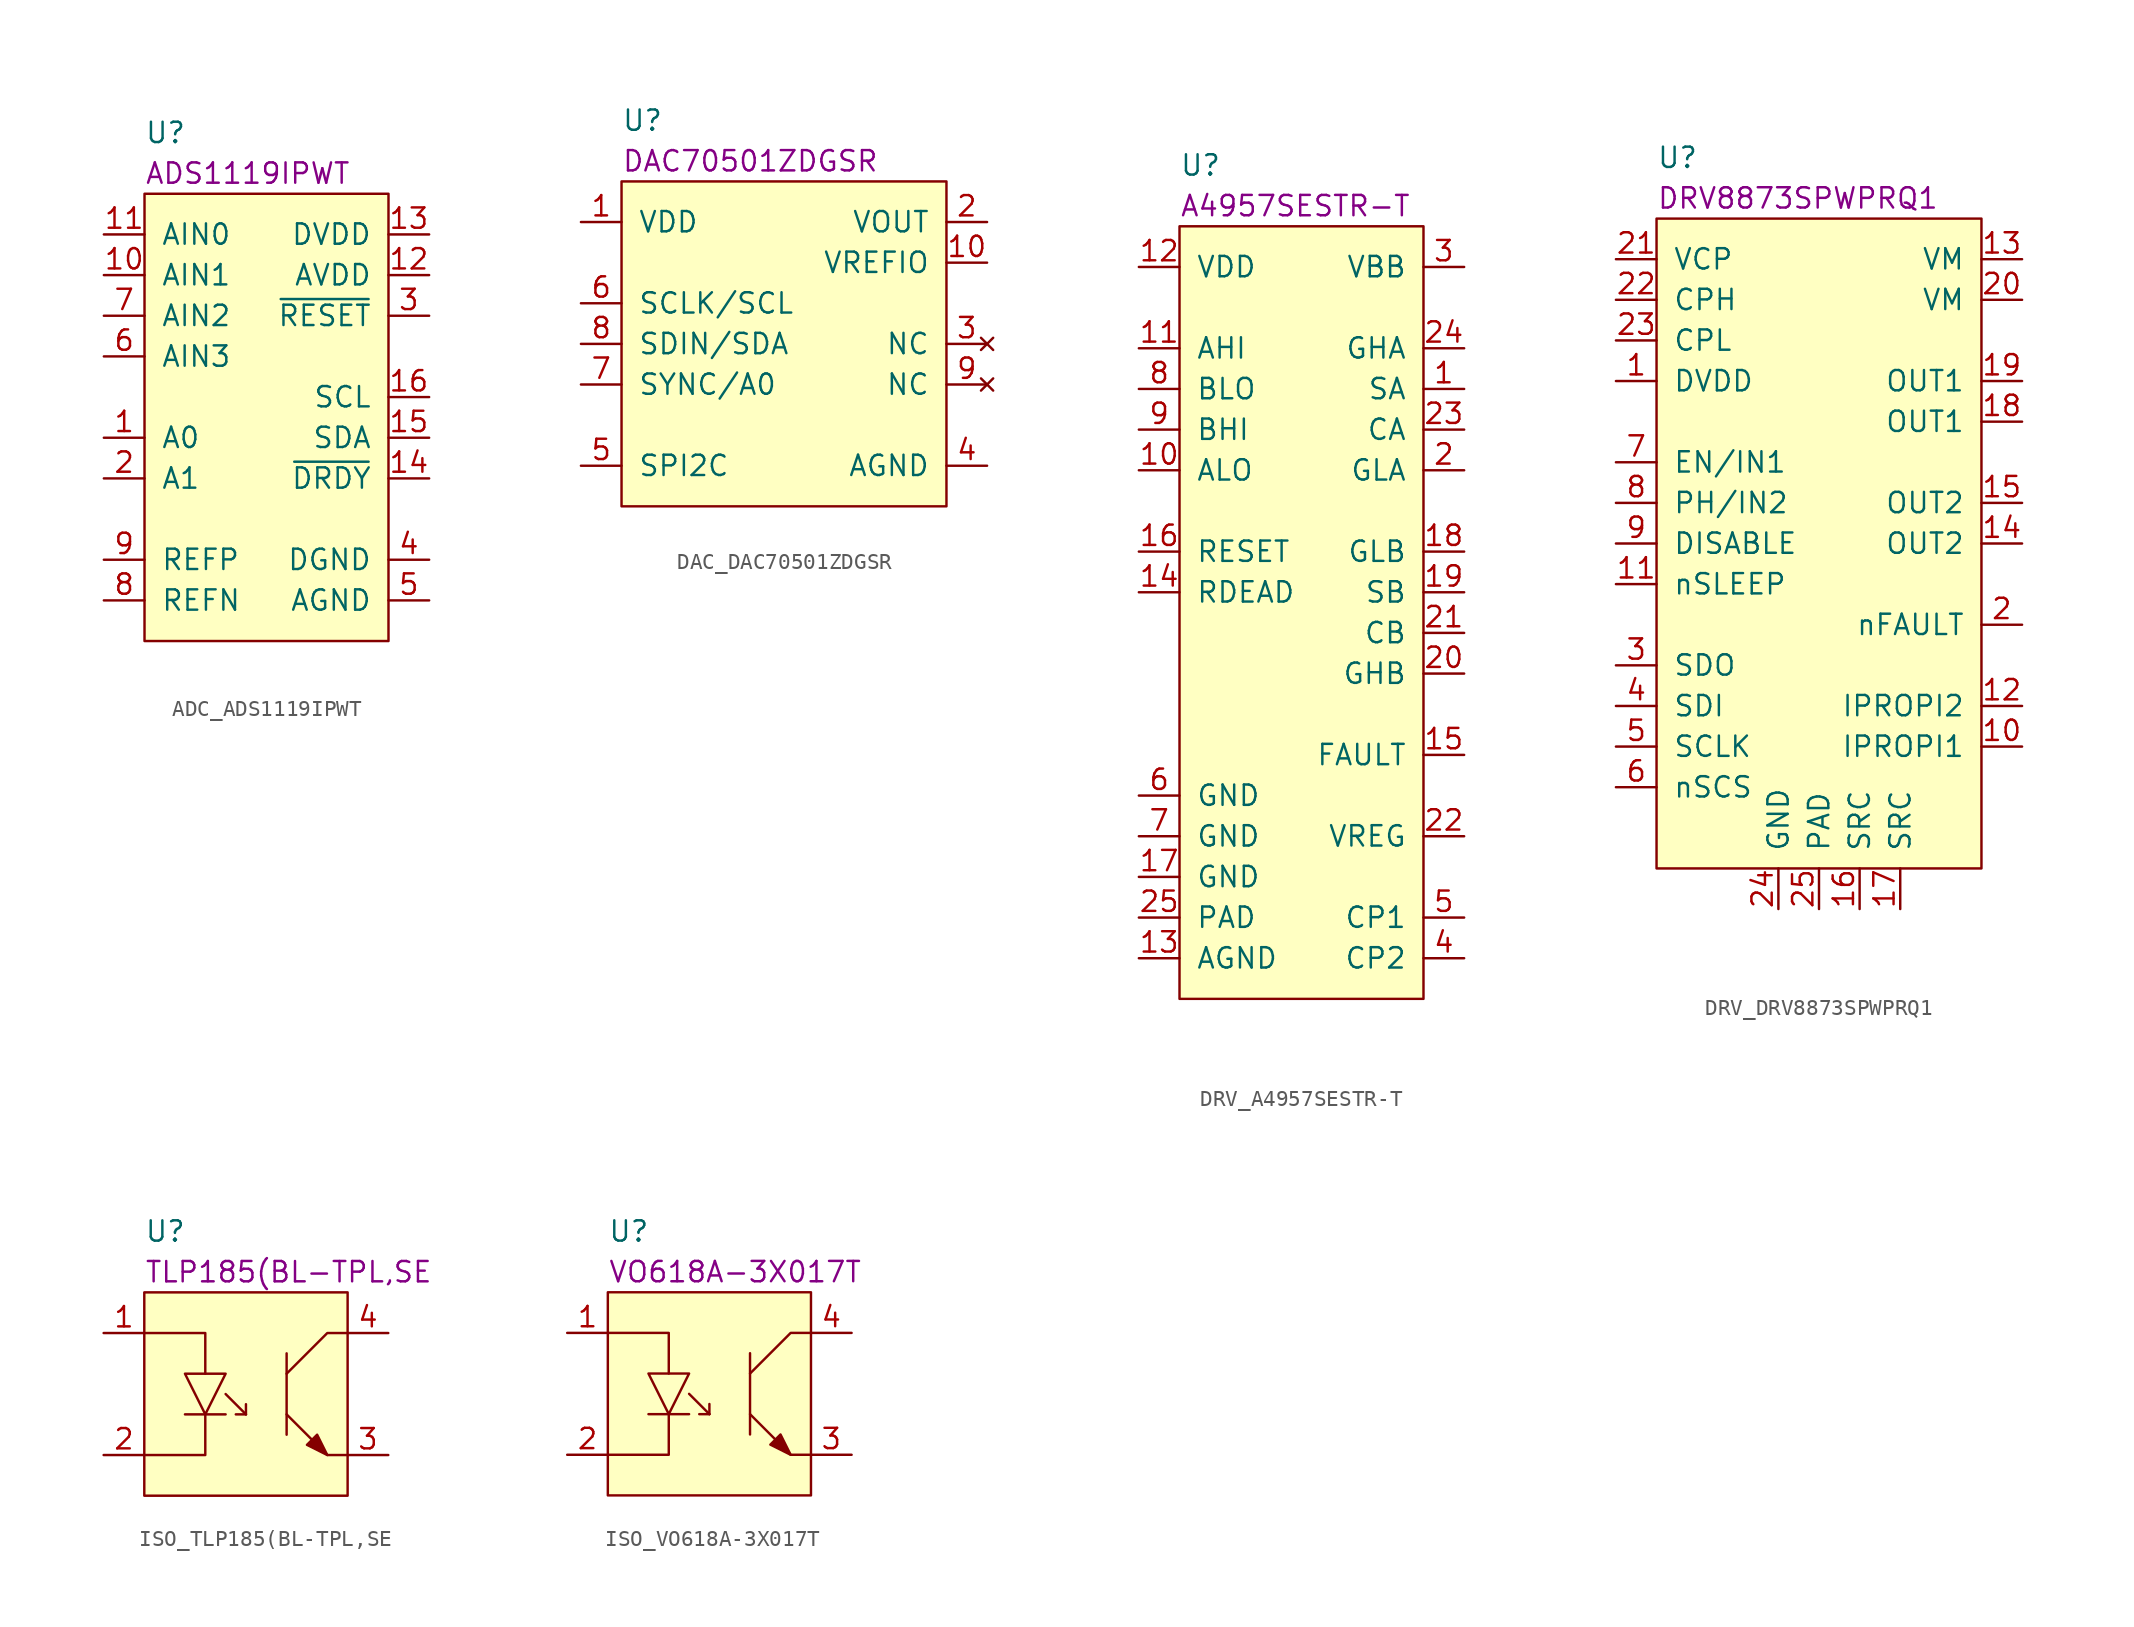
<source format=kicad_sym>
(kicad_symbol_lib
  (version 20211014)
  (generator kicad_symbol_editor)
  (symbol "ADC_ADS1119IPWT"
    (pin_names
      (offset 1.016))
    (property "Reference" "U"
      (at 0 3.81 0)
      (effects (font (size 1.27 1.27)) (justify left)))
    (property "Manufacturer Part Number" "ADS1119IPWT"
      (at 0 1.27 0)
      (effects (font (size 1.27 1.27)) (justify left)))
    (symbol "ADC_ADS1119IPWT_0_1"
      (rectangle (start 0 0) (end 15.24 -27.94) (stroke (width 0) (type default) (color 0 0 0 0)) (fill (type background))))
    (symbol "ADC_ADS1119IPWT_1_1"
      (pin input line (at -2.54 -15.24 0) (length 2.54) (name "A0" (effects (font (size 1.27 1.27)))) (number "1" (effects (font (size 1.27 1.27)))))
      (pin input line (at -2.54 -5.08 0) (length 2.54) (name "AIN1" (effects (font (size 1.27 1.27)))) (number "10" (effects (font (size 1.27 1.27)))))
      (pin input line (at -2.54 -2.54 0) (length 2.54) (name "AIN0" (effects (font (size 1.27 1.27)))) (number "11" (effects (font (size 1.27 1.27)))))
      (pin power_in line (at 17.78 -5.08 180) (length 2.54) (name "AVDD" (effects (font (size 1.27 1.27)))) (number "12" (effects (font (size 1.27 1.27)))))
      (pin power_in line (at 17.78 -2.54 180) (length 2.54) (name "DVDD" (effects (font (size 1.27 1.27)))) (number "13" (effects (font (size 1.27 1.27)))))
      (pin output line (at 17.78 -17.78 180) (length 2.54) (name "~{DRDY}" (effects (font (size 1.27 1.27)))) (number "14" (effects (font (size 1.27 1.27)))))
      (pin bidirectional line (at 17.78 -15.24 180) (length 2.54) (name "SDA" (effects (font (size 1.27 1.27)))) (number "15" (effects (font (size 1.27 1.27)))))
      (pin input line (at 17.78 -12.7 180) (length 2.54) (name "SCL" (effects (font (size 1.27 1.27)))) (number "16" (effects (font (size 1.27 1.27)))))
      (pin input line (at -2.54 -17.78 0) (length 2.54) (name "A1" (effects (font (size 1.27 1.27)))) (number "2" (effects (font (size 1.27 1.27)))))
      (pin input line (at 17.78 -7.62 180) (length 2.54) (name "~{RESET}" (effects (font (size 1.27 1.27)))) (number "3" (effects (font (size 1.27 1.27)))))
      (pin power_in line (at 17.78 -22.86 180) (length 2.54) (name "DGND" (effects (font (size 1.27 1.27)))) (number "4" (effects (font (size 1.27 1.27)))))
      (pin power_in line (at 17.78 -25.4 180) (length 2.54) (name "AGND" (effects (font (size 1.27 1.27)))) (number "5" (effects (font (size 1.27 1.27)))))
      (pin input line (at -2.54 -10.16 0) (length 2.54) (name "AIN3" (effects (font (size 1.27 1.27)))) (number "6" (effects (font (size 1.27 1.27)))))
      (pin input line (at -2.54 -7.62 0) (length 2.54) (name "AIN2" (effects (font (size 1.27 1.27)))) (number "7" (effects (font (size 1.27 1.27)))))
      (pin input line (at -2.54 -25.4 0) (length 2.54) (name "REFN" (effects (font (size 1.27 1.27)))) (number "8" (effects (font (size 1.27 1.27)))))
      (pin input line (at -2.54 -22.86 0) (length 2.54) (name "REFP" (effects (font (size 1.27 1.27)))) (number "9" (effects (font (size 1.27 1.27)))))))
  (symbol "DAC_DAC70501ZDGSR"
    (pin_names
      (offset 1.016))
    (property "Reference" "U"
      (at 0 3.81 0)
      (effects (font (size 1.27 1.27)) (justify left)))
    (property "Manufacturer Part Number" "DAC70501ZDGSR"
      (at 0 1.27 0)
      (effects (font (size 1.27 1.27)) (justify left)))
    (symbol "DAC_DAC70501ZDGSR_0_1"
      (rectangle (start 0 0) (end 20.32 -20.32) (stroke (width 0) (type default) (color 0 0 0 0)) (fill (type background))))
    (symbol "DAC_DAC70501ZDGSR_1_1"
      (pin power_in line (at -2.54 -2.54 0) (length 2.54) (name "VDD" (effects (font (size 1.27 1.27)))) (number "1" (effects (font (size 1.27 1.27)))))
      (pin output line (at 22.86 -5.08 180) (length 2.54) (name "VREFIO" (effects (font (size 1.27 1.27)))) (number "10" (effects (font (size 1.27 1.27)))))
      (pin output line (at 22.86 -2.54 180) (length 2.54) (name "VOUT" (effects (font (size 1.27 1.27)))) (number "2" (effects (font (size 1.27 1.27)))))
      (pin no_connect line (at 22.86 -10.16 180) (length 2.54) (name "NC" (effects (font (size 1.27 1.27)))) (number "3" (effects (font (size 1.27 1.27)))))
      (pin power_in line (at 22.86 -17.78 180) (length 2.54) (name "AGND" (effects (font (size 1.27 1.27)))) (number "4" (effects (font (size 1.27 1.27)))))
      (pin input line (at -2.54 -17.78 0) (length 2.54) (name "SPI2C" (effects (font (size 1.27 1.27)))) (number "5" (effects (font (size 1.27 1.27)))))
      (pin input line (at -2.54 -7.62 0) (length 2.54) (name "SCLK/SCL" (effects (font (size 1.27 1.27)))) (number "6" (effects (font (size 1.27 1.27)))))
      (pin input line (at -2.54 -12.7 0) (length 2.54) (name "SYNC/A0" (effects (font (size 1.27 1.27)))) (number "7" (effects (font (size 1.27 1.27)))))
      (pin input line (at -2.54 -10.16 0) (length 2.54) (name "SDIN/SDA" (effects (font (size 1.27 1.27)))) (number "8" (effects (font (size 1.27 1.27)))))
      (pin no_connect line (at 22.86 -12.7 180) (length 2.54) (name "NC" (effects (font (size 1.27 1.27)))) (number "9" (effects (font (size 1.27 1.27)))))))
  (symbol "DRV_A4957SESTR-T"
    (pin_names
      (offset 1.016))
    (property "Reference" "U"
      (at 0 3.81 0)
      (effects (font (size 1.27 1.27)) (justify left)))
    (property "Manufacturer Part Number" "A4957SESTR-T"
      (at 0 1.27 0)
      (effects (font (size 1.27 1.27)) (justify left)))
    (symbol "DRV_A4957SESTR-T_0_1"
      (rectangle (start 0 0) (end 15.24 -48.26) (stroke (width 0) (type default) (color 0 0 0 0)) (fill (type background))))
    (symbol "DRV_A4957SESTR-T_1_1"
      (pin input line (at 17.78 -10.16 180) (length 2.54) (name "SA" (effects (font (size 1.27 1.27)))) (number "1" (effects (font (size 1.27 1.27)))))
      (pin input line (at -2.54 -15.24 0) (length 2.54) (name "ALO" (effects (font (size 1.27 1.27)))) (number "10" (effects (font (size 1.27 1.27)))))
      (pin input line (at -2.54 -7.62 0) (length 2.54) (name "AHI" (effects (font (size 1.27 1.27)))) (number "11" (effects (font (size 1.27 1.27)))))
      (pin power_in line (at -2.54 -2.54 0) (length 2.54) (name "VDD" (effects (font (size 1.27 1.27)))) (number "12" (effects (font (size 1.27 1.27)))))
      (pin power_in line (at -2.54 -45.72 0) (length 2.54) (name "AGND" (effects (font (size 1.27 1.27)))) (number "13" (effects (font (size 1.27 1.27)))))
      (pin input line (at -2.54 -22.86 0) (length 2.54) (name "RDEAD" (effects (font (size 1.27 1.27)))) (number "14" (effects (font (size 1.27 1.27)))))
      (pin open_collector line (at 17.78 -33.02 180) (length 2.54) (name "FAULT" (effects (font (size 1.27 1.27)))) (number "15" (effects (font (size 1.27 1.27)))))
      (pin input line (at -2.54 -20.32 0) (length 2.54) (name "RESET" (effects (font (size 1.27 1.27)))) (number "16" (effects (font (size 1.27 1.27)))))
      (pin power_in line (at -2.54 -40.64 0) (length 2.54) (name "GND" (effects (font (size 1.27 1.27)))) (number "17" (effects (font (size 1.27 1.27)))))
      (pin output line (at 17.78 -20.32 180) (length 2.54) (name "GLB" (effects (font (size 1.27 1.27)))) (number "18" (effects (font (size 1.27 1.27)))))
      (pin input line (at 17.78 -22.86 180) (length 2.54) (name "SB" (effects (font (size 1.27 1.27)))) (number "19" (effects (font (size 1.27 1.27)))))
      (pin output line (at 17.78 -15.24 180) (length 2.54) (name "GLA" (effects (font (size 1.27 1.27)))) (number "2" (effects (font (size 1.27 1.27)))))
      (pin output line (at 17.78 -27.94 180) (length 2.54) (name "GHB" (effects (font (size 1.27 1.27)))) (number "20" (effects (font (size 1.27 1.27)))))
      (pin input line (at 17.78 -25.4 180) (length 2.54) (name "CB" (effects (font (size 1.27 1.27)))) (number "21" (effects (font (size 1.27 1.27)))))
      (pin input line (at 17.78 -38.1 180) (length 2.54) (name "VREG" (effects (font (size 1.27 1.27)))) (number "22" (effects (font (size 1.27 1.27)))))
      (pin input line (at 17.78 -12.7 180) (length 2.54) (name "CA" (effects (font (size 1.27 1.27)))) (number "23" (effects (font (size 1.27 1.27)))))
      (pin output line (at 17.78 -7.62 180) (length 2.54) (name "GHA" (effects (font (size 1.27 1.27)))) (number "24" (effects (font (size 1.27 1.27)))))
      (pin power_in line (at -2.54 -43.18 0) (length 2.54) (name "PAD" (effects (font (size 1.27 1.27)))) (number "25" (effects (font (size 1.27 1.27)))))
      (pin power_in line (at 17.78 -2.54 180) (length 2.54) (name "VBB" (effects (font (size 1.27 1.27)))) (number "3" (effects (font (size 1.27 1.27)))))
      (pin input line (at 17.78 -45.72 180) (length 2.54) (name "CP2" (effects (font (size 1.27 1.27)))) (number "4" (effects (font (size 1.27 1.27)))))
      (pin input line (at 17.78 -43.18 180) (length 2.54) (name "CP1" (effects (font (size 1.27 1.27)))) (number "5" (effects (font (size 1.27 1.27)))))
      (pin power_in line (at -2.54 -35.56 0) (length 2.54) (name "GND" (effects (font (size 1.27 1.27)))) (number "6" (effects (font (size 1.27 1.27)))))
      (pin power_in line (at -2.54 -38.1 0) (length 2.54) (name "GND" (effects (font (size 1.27 1.27)))) (number "7" (effects (font (size 1.27 1.27)))))
      (pin input line (at -2.54 -10.16 0) (length 2.54) (name "BLO" (effects (font (size 1.27 1.27)))) (number "8" (effects (font (size 1.27 1.27)))))
      (pin input line (at -2.54 -12.7 0) (length 2.54) (name "BHI" (effects (font (size 1.27 1.27)))) (number "9" (effects (font (size 1.27 1.27)))))))
  (symbol "DRV_DRV8873SPWPRQ1"
    (pin_names
      (offset 1.016))
    (property "Reference" "U"
      (at 0 3.81 0)
      (effects (font (size 1.27 1.27)) (justify left)))
    (property "Manufacturer Part Number" "DRV8873SPWPRQ1"
      (at 0 1.27 0)
      (effects (font (size 1.27 1.27)) (justify left)))
    (symbol "DRV_DRV8873SPWPRQ1_0_1"
      (rectangle (start 0 0) (end 20.32 -40.64) (stroke (width 0) (type default) (color 0 0 0 0)) (fill (type background))))
    (symbol "DRV_DRV8873SPWPRQ1_1_1"
      (pin power_out line (at -2.54 -10.16 0) (length 2.54) (name "DVDD" (effects (font (size 1.27 1.27)))) (number "1" (effects (font (size 1.27 1.27)))))
      (pin output line (at 22.86 -33.02 180) (length 2.54) (name "IPROPI1" (effects (font (size 1.27 1.27)))) (number "10" (effects (font (size 1.27 1.27)))))
      (pin input line (at -2.54 -22.86 0) (length 2.54) (name "nSLEEP" (effects (font (size 1.27 1.27)))) (number "11" (effects (font (size 1.27 1.27)))))
      (pin output line (at 22.86 -30.48 180) (length 2.54) (name "IPROPI2" (effects (font (size 1.27 1.27)))) (number "12" (effects (font (size 1.27 1.27)))))
      (pin power_in line (at 22.86 -2.54 180) (length 2.54) (name "VM" (effects (font (size 1.27 1.27)))) (number "13" (effects (font (size 1.27 1.27)))))
      (pin power_out line (at 22.86 -20.32 180) (length 2.54) (name "OUT2" (effects (font (size 1.27 1.27)))) (number "14" (effects (font (size 1.27 1.27)))))
      (pin power_out line (at 22.86 -17.78 180) (length 2.54) (name "OUT2" (effects (font (size 1.27 1.27)))) (number "15" (effects (font (size 1.27 1.27)))))
      (pin power_in line (at 12.7 -43.18 90) (length 2.54) (name "SRC" (effects (font (size 1.27 1.27)))) (number "16" (effects (font (size 1.27 1.27)))))
      (pin power_in line (at 15.24 -43.18 90) (length 2.54) (name "SRC" (effects (font (size 1.27 1.27)))) (number "17" (effects (font (size 1.27 1.27)))))
      (pin power_out line (at 22.86 -12.7 180) (length 2.54) (name "OUT1" (effects (font (size 1.27 1.27)))) (number "18" (effects (font (size 1.27 1.27)))))
      (pin power_out line (at 22.86 -10.16 180) (length 2.54) (name "OUT1" (effects (font (size 1.27 1.27)))) (number "19" (effects (font (size 1.27 1.27)))))
      (pin open_collector line (at 22.86 -25.4 180) (length 2.54) (name "nFAULT" (effects (font (size 1.27 1.27)))) (number "2" (effects (font (size 1.27 1.27)))))
      (pin power_in line (at 22.86 -5.08 180) (length 2.54) (name "VM" (effects (font (size 1.27 1.27)))) (number "20" (effects (font (size 1.27 1.27)))))
      (pin power_out line (at -2.54 -2.54 0) (length 2.54) (name "VCP" (effects (font (size 1.27 1.27)))) (number "21" (effects (font (size 1.27 1.27)))))
      (pin power_out line (at -2.54 -5.08 0) (length 2.54) (name "CPH" (effects (font (size 1.27 1.27)))) (number "22" (effects (font (size 1.27 1.27)))))
      (pin power_out line (at -2.54 -7.62 0) (length 2.54) (name "CPL" (effects (font (size 1.27 1.27)))) (number "23" (effects (font (size 1.27 1.27)))))
      (pin power_in line (at 7.62 -43.18 90) (length 2.54) (name "GND" (effects (font (size 1.27 1.27)))) (number "24" (effects (font (size 1.27 1.27)))))
      (pin power_in line (at 10.16 -43.18 90) (length 2.54) (name "PAD" (effects (font (size 1.27 1.27)))) (number "25" (effects (font (size 1.27 1.27)))))
      (pin output line (at -2.54 -27.94 0) (length 2.54) (name "SDO" (effects (font (size 1.27 1.27)))) (number "3" (effects (font (size 1.27 1.27)))))
      (pin input line (at -2.54 -30.48 0) (length 2.54) (name "SDI" (effects (font (size 1.27 1.27)))) (number "4" (effects (font (size 1.27 1.27)))))
      (pin input line (at -2.54 -33.02 0) (length 2.54) (name "SCLK" (effects (font (size 1.27 1.27)))) (number "5" (effects (font (size 1.27 1.27)))))
      (pin input line (at -2.54 -35.56 0) (length 2.54) (name "nSCS" (effects (font (size 1.27 1.27)))) (number "6" (effects (font (size 1.27 1.27)))))
      (pin input line (at -2.54 -15.24 0) (length 2.54) (name "EN/IN1" (effects (font (size 1.27 1.27)))) (number "7" (effects (font (size 1.27 1.27)))))
      (pin input line (at -2.54 -17.78 0) (length 2.54) (name "PH/IN2" (effects (font (size 1.27 1.27)))) (number "8" (effects (font (size 1.27 1.27)))))
      (pin input line (at -2.54 -20.32 0) (length 2.54) (name "DISABLE" (effects (font (size 1.27 1.27)))) (number "9" (effects (font (size 1.27 1.27)))))))
  (symbol "ISO_TLP185(BL-TPL,SE"
    (pin_names
      (offset 1.016) hide)
    (property "Reference" "U"
      (at 0 3.81 0)
      (effects (font (size 1.27 1.27)) (justify left)))
    (property "Manufacturer Part Number" "TLP185(BL-TPL,SE"
      (at 0 1.27 0)
      (effects (font (size 1.27 1.27)) (justify left)))
    (symbol "ISO_TLP185(BL-TPL,SE_0_1"
      (polyline (pts (xy 2.54 -7.62) (xy 5.08 -7.62)) (stroke (width 0) (type default) (color 0 0 0 0)) (fill (type none)))
      (polyline (pts (xy 5.08 -6.35) (xy 6.35 -7.62)) (stroke (width 0) (type default) (color 0 0 0 0)) (fill (type none)))
      (polyline (pts (xy 6.35 -7.62) (xy 5.715 -7.62)) (stroke (width 0) (type default) (color 0 0 0 0)) (fill (type none)))
      (polyline (pts (xy 6.35 -7.62) (xy 6.35 -6.985)) (stroke (width 0) (type default) (color 0 0 0 0)) (fill (type none)))
      (polyline (pts (xy 3.81 -5.08) (xy 3.81 -2.54) (xy 0 -2.54)) (stroke (width 0) (type default) (color 0 0 0 0)) (fill (type none)))
      (polyline (pts (xy 8.89 -8.89) (xy 8.89 -3.81) (xy 8.89 -3.81)) (stroke (width 0) (type default) (color 0 0 0 0)) (fill (type none)))
      (polyline (pts (xy 12.7 -10.16) (xy 11.43 -10.16) (xy 8.89 -7.62)) (stroke (width 0) (type default) (color 0 0 0 0)) (fill (type none)))
      (polyline (pts (xy 12.7 -2.54) (xy 11.43 -2.54) (xy 8.89 -5.08)) (stroke (width 0) (type default) (color 0 0 0 0)) (fill (type none)))
      (polyline (pts (xy 2.54 -5.08) (xy 3.81 -7.62) (xy 5.08 -5.08) (xy 2.54 -5.08)) (stroke (width 0) (type default) (color 0 0 0 0)) (fill (type none)))
      (polyline (pts (xy 3.81 -7.62) (xy 3.81 -8.89) (xy 3.81 -10.16) (xy 0 -10.16)) (stroke (width 0) (type default) (color 0 0 0 0)) (fill (type none)))
      (polyline (pts (xy 11.43 -10.16) (xy 10.795 -8.89) (xy 10.16 -9.525) (xy 11.43 -10.16)) (stroke (width 0) (type default) (color 0 0 0 0)) (fill (type outline)))
      (rectangle (start 0 0) (end 12.7 -12.7) (stroke (width 0) (type default) (color 0 0 0 0)) (fill (type background))))
    (symbol "ISO_TLP185(BL-TPL,SE_1_1"
      (pin input line (at -2.54 -2.54 0) (length 2.54) (name "A" (effects (font (size 1.27 1.27)))) (number "1" (effects (font (size 1.27 1.27)))))
      (pin output line (at -2.54 -10.16 0) (length 2.54) (name "K" (effects (font (size 1.27 1.27)))) (number "2" (effects (font (size 1.27 1.27)))))
      (pin output line (at 15.24 -10.16 180) (length 2.54) (name "E" (effects (font (size 1.27 1.27)))) (number "3" (effects (font (size 1.27 1.27)))))
      (pin input line (at 15.24 -2.54 180) (length 2.54) (name "C" (effects (font (size 1.27 1.27)))) (number "4" (effects (font (size 1.27 1.27)))))))
  (symbol "ISO_VO618A-3X017T"
    (pin_names
      (offset 1.016) hide)
    (property "Reference" "U"
      (at 0 3.81 0)
      (effects (font (size 1.27 1.27)) (justify left)))
    (property "Manufacturer Part Number" "VO618A-3X017T"
      (at 0 1.27 0)
      (effects (font (size 1.27 1.27)) (justify left)))
    (symbol "ISO_VO618A-3X017T_0_1"
      (polyline (pts (xy 2.54 -7.62) (xy 5.08 -7.62)) (stroke (width 0) (type default) (color 0 0 0 0)) (fill (type none)))
      (polyline (pts (xy 5.08 -6.35) (xy 6.35 -7.62)) (stroke (width 0) (type default) (color 0 0 0 0)) (fill (type none)))
      (polyline (pts (xy 6.35 -7.62) (xy 5.715 -7.62)) (stroke (width 0) (type default) (color 0 0 0 0)) (fill (type none)))
      (polyline (pts (xy 6.35 -7.62) (xy 6.35 -6.985)) (stroke (width 0) (type default) (color 0 0 0 0)) (fill (type none)))
      (polyline (pts (xy 3.81 -5.08) (xy 3.81 -2.54) (xy 0 -2.54)) (stroke (width 0) (type default) (color 0 0 0 0)) (fill (type none)))
      (polyline (pts (xy 8.89 -8.89) (xy 8.89 -3.81) (xy 8.89 -3.81)) (stroke (width 0) (type default) (color 0 0 0 0)) (fill (type none)))
      (polyline (pts (xy 12.7 -10.16) (xy 11.43 -10.16) (xy 8.89 -7.62)) (stroke (width 0) (type default) (color 0 0 0 0)) (fill (type none)))
      (polyline (pts (xy 12.7 -2.54) (xy 11.43 -2.54) (xy 8.89 -5.08)) (stroke (width 0) (type default) (color 0 0 0 0)) (fill (type none)))
      (polyline (pts (xy 2.54 -5.08) (xy 3.81 -7.62) (xy 5.08 -5.08) (xy 2.54 -5.08)) (stroke (width 0) (type default) (color 0 0 0 0)) (fill (type none)))
      (polyline (pts (xy 3.81 -7.62) (xy 3.81 -8.89) (xy 3.81 -10.16) (xy 0 -10.16)) (stroke (width 0) (type default) (color 0 0 0 0)) (fill (type none)))
      (polyline (pts (xy 11.43 -10.16) (xy 10.795 -8.89) (xy 10.16 -9.525) (xy 11.43 -10.16)) (stroke (width 0) (type default) (color 0 0 0 0)) (fill (type outline)))
      (rectangle (start 0 0) (end 12.7 -12.7) (stroke (width 0) (type default) (color 0 0 0 0)) (fill (type background))))
    (symbol "ISO_VO618A-3X017T_1_1"
      (pin input line (at -2.54 -2.54 0) (length 2.54) (name "A" (effects (font (size 1.27 1.27)))) (number "1" (effects (font (size 1.27 1.27)))))
      (pin output line (at -2.54 -10.16 0) (length 2.54) (name "K" (effects (font (size 1.27 1.27)))) (number "2" (effects (font (size 1.27 1.27)))))
      (pin output line (at 15.24 -10.16 180) (length 2.54) (name "E" (effects (font (size 1.27 1.27)))) (number "3" (effects (font (size 1.27 1.27)))))
      (pin input line (at 15.24 -2.54 180) (length 2.54) (name "C" (effects (font (size 1.27 1.27)))) (number "4" (effects (font (size 1.27 1.27))))))))
</source>
